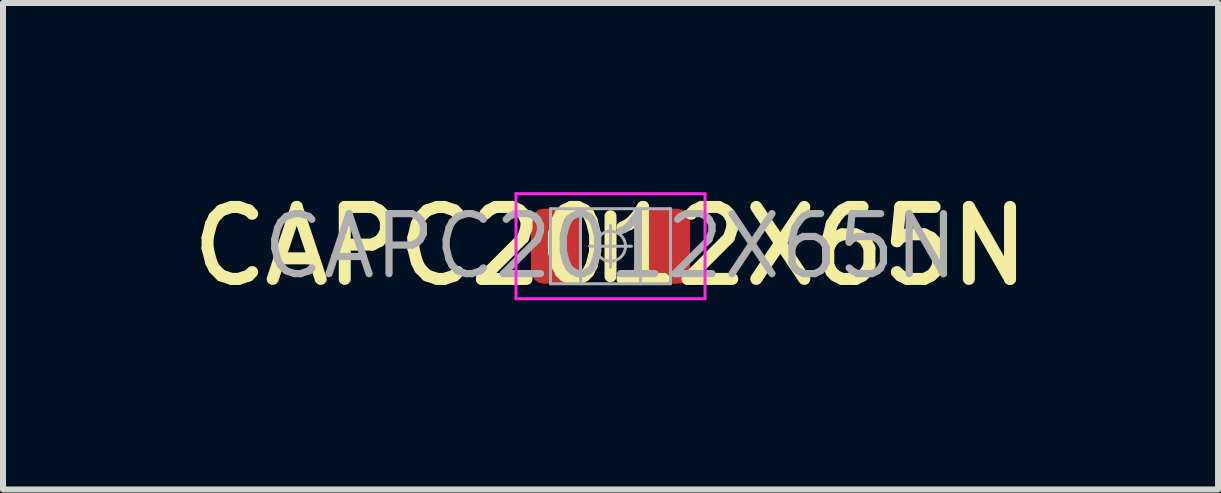
<source format=kicad_pcb>
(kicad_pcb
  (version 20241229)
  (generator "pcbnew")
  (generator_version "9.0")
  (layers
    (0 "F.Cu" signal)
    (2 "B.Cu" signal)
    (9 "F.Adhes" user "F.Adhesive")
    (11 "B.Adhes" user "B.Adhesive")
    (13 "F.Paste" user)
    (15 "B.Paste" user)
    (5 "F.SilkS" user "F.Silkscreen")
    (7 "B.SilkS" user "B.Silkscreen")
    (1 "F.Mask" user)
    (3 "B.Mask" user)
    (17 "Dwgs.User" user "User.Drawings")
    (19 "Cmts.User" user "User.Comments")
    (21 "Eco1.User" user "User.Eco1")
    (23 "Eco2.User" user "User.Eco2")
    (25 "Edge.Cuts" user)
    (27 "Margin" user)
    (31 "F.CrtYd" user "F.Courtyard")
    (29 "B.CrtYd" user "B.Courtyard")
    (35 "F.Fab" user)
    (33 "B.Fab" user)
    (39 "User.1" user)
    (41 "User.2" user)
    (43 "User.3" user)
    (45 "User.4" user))
  (footprint "CAPC2012X65N"
    (layer "F.Cu")
    (at 7.123 1.053)
    (property "Reference" "CAPC2012X65N" (at 0 0 0) (layer "F.SilkS") (effects (font (size 1.2 1.2) (thickness 0.2))))
    (attr smd)
    (fp_line (start 0 -0.5) (end 0 0.5) (stroke (width 0.2) (type solid)) (layer "F.SilkS"))
    (fp_line (start -1.575 -0.875) (end -1.575 0.875) (stroke (width 0.05) (type solid)) (layer "F.CrtYd"))
    (fp_line (start -1.575 -0.875) (end 1.575 -0.875) (stroke (width 0.05) (type solid)) (layer "F.CrtYd"))
    (fp_line (start -1.575 0.875) (end 1.575 0.875) (stroke (width 0.05) (type solid)) (layer "F.CrtYd"))
    (fp_line (start 1.575 -0.875) (end 1.575 0.875) (stroke (width 0.05) (type solid)) (layer "F.CrtYd"))
    (fp_line (start -1 -0.625) (end -1 0.625) (stroke (width 0.05) (type solid)) (layer "F.Fab"))
    (fp_line (start -1 0.625) (end 1 0.625) (stroke (width 0.05) (type solid)) (layer "F.Fab"))
    (fp_line (start -0.5 -0.625) (end -0.5 0.625) (stroke (width 0.05) (type solid)) (layer "F.Fab"))
    (fp_line (start -0.35 0) (end 0.35 0) (stroke (width 0.05) (type solid)) (layer "F.Fab"))
    (fp_line (start 0 -0.35) (end 0 0.35) (stroke (width 0.05) (type solid)) (layer "F.Fab"))
    (fp_line (start 0.5 0.625) (end 0.5 -0.625) (stroke (width 0.05) (type solid)) (layer "F.Fab"))
    (fp_line (start 1 -0.625) (end -1 -0.625) (stroke (width 0.05) (type solid)) (layer "F.Fab"))
    (fp_line (start 1 0.625) (end 1 -0.625) (stroke (width 0.05) (type solid)) (layer "F.Fab"))
    (fp_circle (center 0 0) (end 0.25 0) (stroke (width 0.05) (type solid)) (fill no) (layer "F.Fab"))
    (fp_text user "${REFERENCE}" (at 0 0 0) (layer "F.Fab") (effects (font (size 1 1) (thickness 0.12))))
    (pad "1" smd roundrect (at -0.9 0) (size 0.85 1.25) (layers "F.Cu" "F.Mask" "F.Paste") (roundrect_rratio 0.25))
    (pad "2" smd roundrect (at 0.9 0) (size 0.85 1.25) (layers "F.Cu" "F.Mask" "F.Paste") (roundrect_rratio 0.25)))
  (gr_rect
    (start -3 -3)
    (end 17.246 5.106)
    (stroke (width 0.1) (type default))
    (fill no)
    (layer "Edge.Cuts")))
</source>
